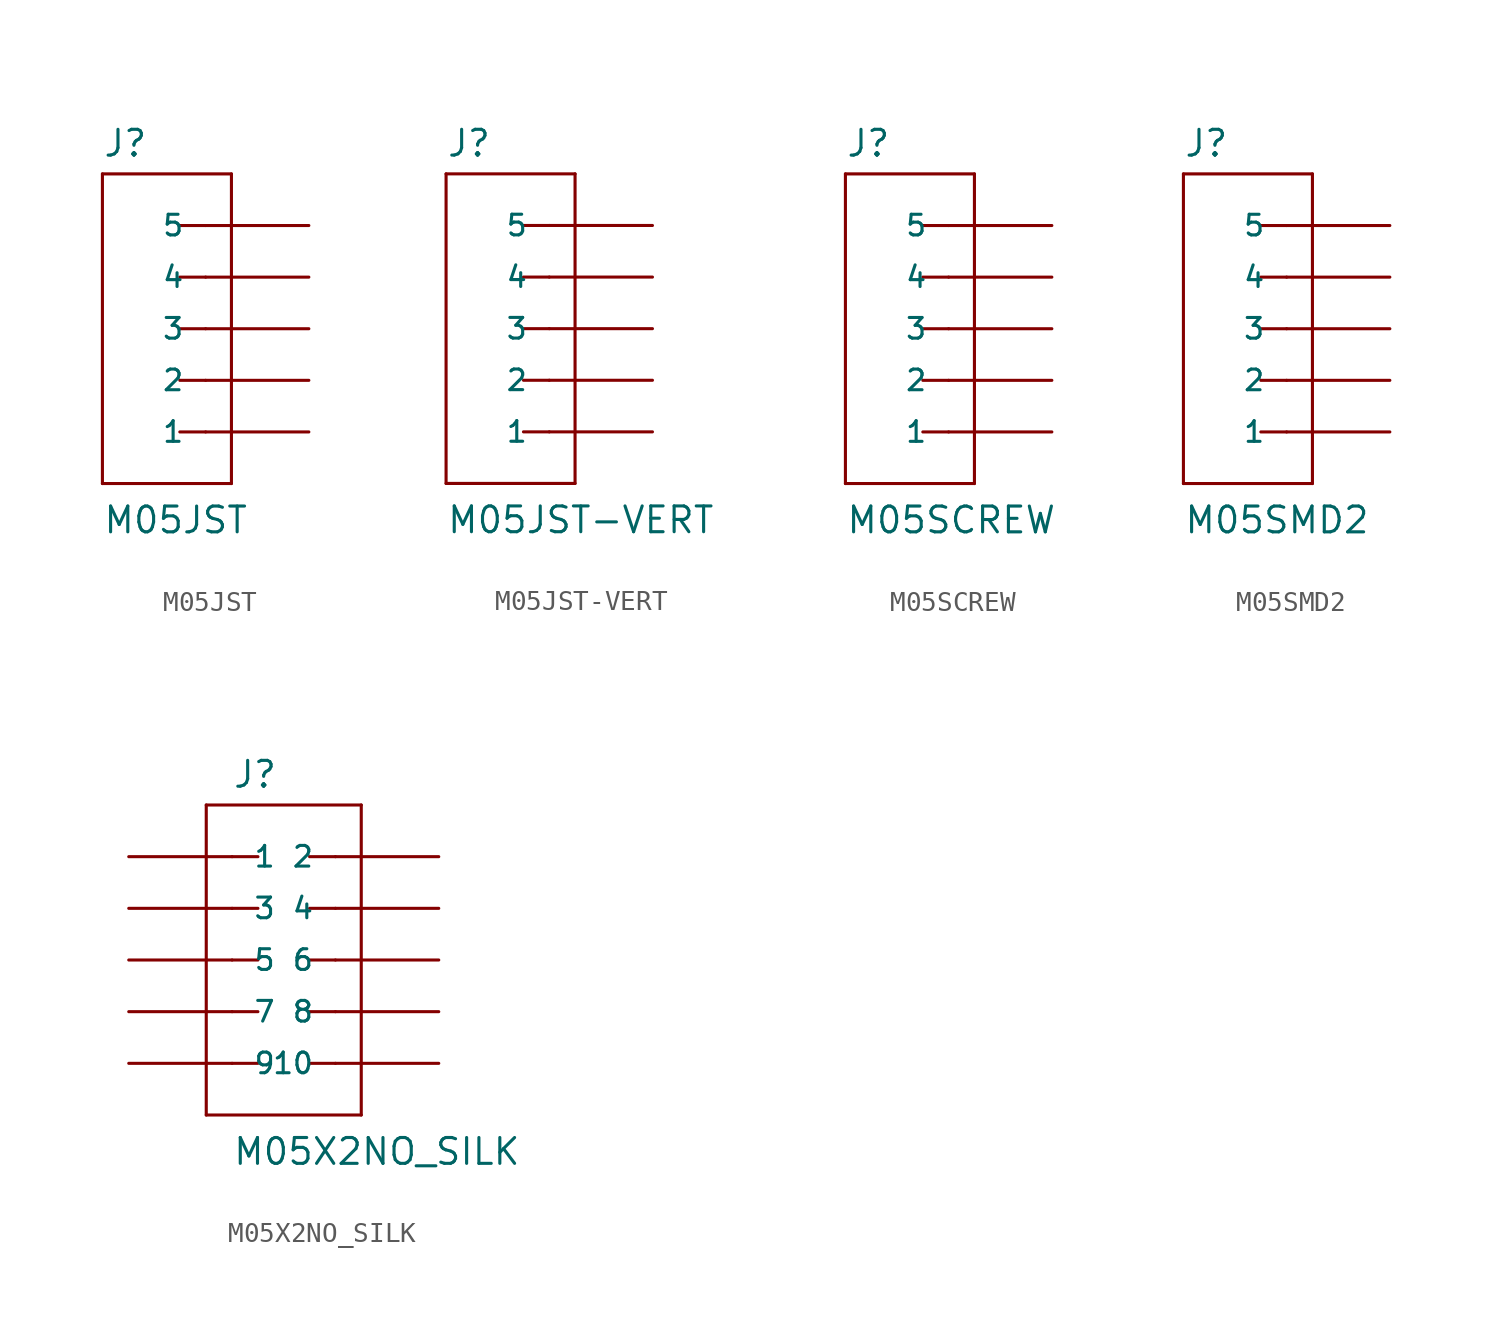
<source format=kicad_sym>
(kicad_symbol_lib
  (version 20211014)
  (generator kicad_symbol_editor)
  (symbol "M05JST"
    (pin_numbers hide)
    (pin_names
      (offset 1.016))
    (property "Reference" "J"
      (at -2.54 8.382 0)
      (effects (font (size 1.27 1.27)) (justify left bottom)))
    (property "Value" "M05JST"
      (at -2.54 -10.16 0)
      (effects (font (size 1.27 1.27)) (justify left bottom)))
    (property "Datasheet" ""
      (at 0 0 0)
      (effects (font (size 1.524 1.524))))
    (property "ki_locked" ""
      (at 0 0 0)
      (effects (font (size 1.27 1.27))))
    (symbol "M05JST_1_0"
      (polyline (pts (xy -2.54 7.62) (xy -2.54 -7.62)) (stroke (width 0) (type default) (color 0 0 0 0)) (fill (type none)))
      (polyline (pts (xy -2.54 7.62) (xy 3.81 7.62)) (stroke (width 0) (type default) (color 0 0 0 0)) (fill (type none)))
      (polyline (pts (xy 1.27 -5.08) (xy 2.54 -5.08)) (stroke (width 0) (type default) (color 0 0 0 0)) (fill (type none)))
      (polyline (pts (xy 1.27 -2.54) (xy 2.54 -2.54)) (stroke (width 0) (type default) (color 0 0 0 0)) (fill (type none)))
      (polyline (pts (xy 1.27 0) (xy 2.54 0)) (stroke (width 0) (type default) (color 0 0 0 0)) (fill (type none)))
      (polyline (pts (xy 1.27 2.54) (xy 2.54 2.54)) (stroke (width 0) (type default) (color 0 0 0 0)) (fill (type none)))
      (polyline (pts (xy 1.27 5.08) (xy 2.54 5.08)) (stroke (width 0) (type default) (color 0 0 0 0)) (fill (type none)))
      (polyline (pts (xy 3.81 -7.62) (xy -2.54 -7.62)) (stroke (width 0) (type default) (color 0 0 0 0)) (fill (type none)))
      (polyline (pts (xy 3.81 -7.62) (xy 3.81 7.62)) (stroke (width 0) (type default) (color 0 0 0 0)) (fill (type none))))
    (symbol "M05JST_1_1"
      (pin passive line (at 7.62 -5.08 180) (length 5.08) (name "1" (effects (font (size 1.016 1.016)))) (number "1" (effects (font (size 1.016 1.016)))))
      (pin passive line (at 7.62 -2.54 180) (length 5.08) (name "2" (effects (font (size 1.016 1.016)))) (number "2" (effects (font (size 1.016 1.016)))))
      (pin passive line (at 7.62 0 180) (length 5.08) (name "3" (effects (font (size 1.016 1.016)))) (number "3" (effects (font (size 1.016 1.016)))))
      (pin passive line (at 7.62 2.54 180) (length 5.08) (name "4" (effects (font (size 1.016 1.016)))) (number "4" (effects (font (size 1.016 1.016)))))
      (pin passive line (at 7.62 5.08 180) (length 5.08) (name "5" (effects (font (size 1.016 1.016)))) (number "5" (effects (font (size 1.016 1.016)))))))
  (symbol "M05JST-VERT"
    (pin_numbers hide)
    (pin_names
      (offset 1.016))
    (property "Reference" "J"
      (at -2.54 8.382 0)
      (effects (font (size 1.27 1.27)) (justify left bottom)))
    (property "Value" "M05JST-VERT"
      (at -2.54 -10.16 0)
      (effects (font (size 1.27 1.27)) (justify left bottom)))
    (property "Datasheet" ""
      (at 0 0 0)
      (effects (font (size 1.524 1.524))))
    (property "ki_locked" ""
      (at 0 0 0)
      (effects (font (size 1.27 1.27))))
    (symbol "M05JST-VERT_1_0"
      (polyline (pts (xy -2.54 7.62) (xy -2.54 -7.62)) (stroke (width 0) (type default) (color 0 0 0 0)) (fill (type none)))
      (polyline (pts (xy -2.54 7.62) (xy 3.81 7.62)) (stroke (width 0) (type default) (color 0 0 0 0)) (fill (type none)))
      (polyline (pts (xy 1.27 -5.08) (xy 2.54 -5.08)) (stroke (width 0) (type default) (color 0 0 0 0)) (fill (type none)))
      (polyline (pts (xy 1.27 -2.54) (xy 2.54 -2.54)) (stroke (width 0) (type default) (color 0 0 0 0)) (fill (type none)))
      (polyline (pts (xy 1.27 0) (xy 2.54 0)) (stroke (width 0) (type default) (color 0 0 0 0)) (fill (type none)))
      (polyline (pts (xy 1.27 2.54) (xy 2.54 2.54)) (stroke (width 0) (type default) (color 0 0 0 0)) (fill (type none)))
      (polyline (pts (xy 1.27 5.08) (xy 2.54 5.08)) (stroke (width 0) (type default) (color 0 0 0 0)) (fill (type none)))
      (polyline (pts (xy 3.81 -7.62) (xy -2.54 -7.62)) (stroke (width 0) (type default) (color 0 0 0 0)) (fill (type none)))
      (polyline (pts (xy 3.81 -7.62) (xy 3.81 7.62)) (stroke (width 0) (type default) (color 0 0 0 0)) (fill (type none))))
    (symbol "M05JST-VERT_1_1"
      (pin passive line (at 7.62 -5.08 180) (length 5.08) (name "1" (effects (font (size 1.016 1.016)))) (number "1" (effects (font (size 1.016 1.016)))))
      (pin passive line (at 7.62 -2.54 180) (length 5.08) (name "2" (effects (font (size 1.016 1.016)))) (number "2" (effects (font (size 1.016 1.016)))))
      (pin passive line (at 7.62 0 180) (length 5.08) (name "3" (effects (font (size 1.016 1.016)))) (number "3" (effects (font (size 1.016 1.016)))))
      (pin passive line (at 7.62 2.54 180) (length 5.08) (name "4" (effects (font (size 1.016 1.016)))) (number "4" (effects (font (size 1.016 1.016)))))
      (pin passive line (at 7.62 5.08 180) (length 5.08) (name "5" (effects (font (size 1.016 1.016)))) (number "5" (effects (font (size 1.016 1.016)))))))
  (symbol "M05SCREW"
    (pin_numbers hide)
    (pin_names
      (offset 1.016))
    (property "Reference" "J"
      (at -2.54 8.382 0)
      (effects (font (size 1.27 1.27)) (justify left bottom)))
    (property "Value" "M05SCREW"
      (at -2.54 -10.16 0)
      (effects (font (size 1.27 1.27)) (justify left bottom)))
    (property "Datasheet" ""
      (at 0 0 0)
      (effects (font (size 1.524 1.524))))
    (property "ki_locked" ""
      (at 0 0 0)
      (effects (font (size 1.27 1.27))))
    (symbol "M05SCREW_1_0"
      (polyline (pts (xy -2.54 7.62) (xy -2.54 -7.62)) (stroke (width 0) (type default) (color 0 0 0 0)) (fill (type none)))
      (polyline (pts (xy -2.54 7.62) (xy 3.81 7.62)) (stroke (width 0) (type default) (color 0 0 0 0)) (fill (type none)))
      (polyline (pts (xy 1.27 -5.08) (xy 2.54 -5.08)) (stroke (width 0) (type default) (color 0 0 0 0)) (fill (type none)))
      (polyline (pts (xy 1.27 -2.54) (xy 2.54 -2.54)) (stroke (width 0) (type default) (color 0 0 0 0)) (fill (type none)))
      (polyline (pts (xy 1.27 0) (xy 2.54 0)) (stroke (width 0) (type default) (color 0 0 0 0)) (fill (type none)))
      (polyline (pts (xy 1.27 2.54) (xy 2.54 2.54)) (stroke (width 0) (type default) (color 0 0 0 0)) (fill (type none)))
      (polyline (pts (xy 1.27 5.08) (xy 2.54 5.08)) (stroke (width 0) (type default) (color 0 0 0 0)) (fill (type none)))
      (polyline (pts (xy 3.81 -7.62) (xy -2.54 -7.62)) (stroke (width 0) (type default) (color 0 0 0 0)) (fill (type none)))
      (polyline (pts (xy 3.81 -7.62) (xy 3.81 7.62)) (stroke (width 0) (type default) (color 0 0 0 0)) (fill (type none))))
    (symbol "M05SCREW_1_1"
      (pin passive line (at 7.62 -5.08 180) (length 5.08) (name "1" (effects (font (size 1.016 1.016)))) (number "1" (effects (font (size 1.016 1.016)))))
      (pin passive line (at 7.62 -2.54 180) (length 5.08) (name "2" (effects (font (size 1.016 1.016)))) (number "2" (effects (font (size 1.016 1.016)))))
      (pin passive line (at 7.62 0 180) (length 5.08) (name "3" (effects (font (size 1.016 1.016)))) (number "3" (effects (font (size 1.016 1.016)))))
      (pin passive line (at 7.62 2.54 180) (length 5.08) (name "4" (effects (font (size 1.016 1.016)))) (number "4" (effects (font (size 1.016 1.016)))))
      (pin passive line (at 7.62 5.08 180) (length 5.08) (name "5" (effects (font (size 1.016 1.016)))) (number "5" (effects (font (size 1.016 1.016)))))))
  (symbol "M05SMD2"
    (pin_numbers hide)
    (pin_names
      (offset 1.016))
    (property "Reference" "J"
      (at -2.54 8.382 0)
      (effects (font (size 1.27 1.27)) (justify left bottom)))
    (property "Value" "M05SMD2"
      (at -2.54 -10.16 0)
      (effects (font (size 1.27 1.27)) (justify left bottom)))
    (property "Datasheet" ""
      (at 0 0 0)
      (effects (font (size 1.524 1.524))))
    (property "ki_locked" ""
      (at 0 0 0)
      (effects (font (size 1.27 1.27))))
    (symbol "M05SMD2_1_0"
      (polyline (pts (xy -2.54 7.62) (xy -2.54 -7.62)) (stroke (width 0) (type default) (color 0 0 0 0)) (fill (type none)))
      (polyline (pts (xy -2.54 7.62) (xy 3.81 7.62)) (stroke (width 0) (type default) (color 0 0 0 0)) (fill (type none)))
      (polyline (pts (xy 1.27 -5.08) (xy 2.54 -5.08)) (stroke (width 0) (type default) (color 0 0 0 0)) (fill (type none)))
      (polyline (pts (xy 1.27 -2.54) (xy 2.54 -2.54)) (stroke (width 0) (type default) (color 0 0 0 0)) (fill (type none)))
      (polyline (pts (xy 1.27 0) (xy 2.54 0)) (stroke (width 0) (type default) (color 0 0 0 0)) (fill (type none)))
      (polyline (pts (xy 1.27 2.54) (xy 2.54 2.54)) (stroke (width 0) (type default) (color 0 0 0 0)) (fill (type none)))
      (polyline (pts (xy 1.27 5.08) (xy 2.54 5.08)) (stroke (width 0) (type default) (color 0 0 0 0)) (fill (type none)))
      (polyline (pts (xy 3.81 -7.62) (xy -2.54 -7.62)) (stroke (width 0) (type default) (color 0 0 0 0)) (fill (type none)))
      (polyline (pts (xy 3.81 -7.62) (xy 3.81 7.62)) (stroke (width 0) (type default) (color 0 0 0 0)) (fill (type none))))
    (symbol "M05SMD2_1_1"
      (pin passive line (at 7.62 -5.08 180) (length 5.08) (name "1" (effects (font (size 1.016 1.016)))) (number "1" (effects (font (size 1.016 1.016)))))
      (pin passive line (at 7.62 -2.54 180) (length 5.08) (name "2" (effects (font (size 1.016 1.016)))) (number "2" (effects (font (size 1.016 1.016)))))
      (pin passive line (at 7.62 0 180) (length 5.08) (name "3" (effects (font (size 1.016 1.016)))) (number "3" (effects (font (size 1.016 1.016)))))
      (pin passive line (at 7.62 2.54 180) (length 5.08) (name "4" (effects (font (size 1.016 1.016)))) (number "4" (effects (font (size 1.016 1.016)))))
      (pin passive line (at 7.62 5.08 180) (length 5.08) (name "5" (effects (font (size 1.016 1.016)))) (number "5" (effects (font (size 1.016 1.016)))))))
  (symbol "M05X2NO_SILK"
    (pin_numbers hide)
    (pin_names
      (offset 1.016))
    (property "Reference" "J"
      (at -2.54 8.382 0)
      (effects (font (size 1.27 1.27)) (justify left bottom)))
    (property "Value" "M05X2NO_SILK"
      (at -2.54 -10.16 0)
      (effects (font (size 1.27 1.27)) (justify left bottom)))
    (property "Datasheet" ""
      (at 0 0 0)
      (effects (font (size 1.524 1.524))))
    (property "ki_locked" ""
      (at 0 0 0)
      (effects (font (size 1.27 1.27))))
    (symbol "M05X2NO_SILK_1_0"
      (polyline (pts (xy -3.81 7.62) (xy -3.81 -7.62)) (stroke (width 0) (type default) (color 0 0 0 0)) (fill (type none)))
      (polyline (pts (xy -3.81 7.62) (xy 3.81 7.62)) (stroke (width 0) (type default) (color 0 0 0 0)) (fill (type none)))
      (polyline (pts (xy -1.27 -5.08) (xy -2.54 -5.08)) (stroke (width 0) (type default) (color 0 0 0 0)) (fill (type none)))
      (polyline (pts (xy -1.27 -2.54) (xy -2.54 -2.54)) (stroke (width 0) (type default) (color 0 0 0 0)) (fill (type none)))
      (polyline (pts (xy -1.27 0) (xy -2.54 0)) (stroke (width 0) (type default) (color 0 0 0 0)) (fill (type none)))
      (polyline (pts (xy -1.27 2.54) (xy -2.54 2.54)) (stroke (width 0) (type default) (color 0 0 0 0)) (fill (type none)))
      (polyline (pts (xy -1.27 5.08) (xy -2.54 5.08)) (stroke (width 0) (type default) (color 0 0 0 0)) (fill (type none)))
      (polyline (pts (xy 1.27 -5.08) (xy 2.54 -5.08)) (stroke (width 0) (type default) (color 0 0 0 0)) (fill (type none)))
      (polyline (pts (xy 1.27 -2.54) (xy 2.54 -2.54)) (stroke (width 0) (type default) (color 0 0 0 0)) (fill (type none)))
      (polyline (pts (xy 1.27 0) (xy 2.54 0)) (stroke (width 0) (type default) (color 0 0 0 0)) (fill (type none)))
      (polyline (pts (xy 1.27 2.54) (xy 2.54 2.54)) (stroke (width 0) (type default) (color 0 0 0 0)) (fill (type none)))
      (polyline (pts (xy 1.27 5.08) (xy 2.54 5.08)) (stroke (width 0) (type default) (color 0 0 0 0)) (fill (type none)))
      (polyline (pts (xy 3.81 -7.62) (xy -3.81 -7.62)) (stroke (width 0) (type default) (color 0 0 0 0)) (fill (type none)))
      (polyline (pts (xy 3.81 -7.62) (xy 3.81 7.62)) (stroke (width 0) (type default) (color 0 0 0 0)) (fill (type none))))
    (symbol "M05X2NO_SILK_1_1"
      (pin passive line (at -7.62 5.08 0) (length 5.08) (name "1" (effects (font (size 1.016 1.016)))) (number "1" (effects (font (size 1.016 1.016)))))
      (pin passive line (at 7.62 -5.08 180) (length 5.08) (name "10" (effects (font (size 1.016 1.016)))) (number "10" (effects (font (size 1.016 1.016)))))
      (pin passive line (at 7.62 5.08 180) (length 5.08) (name "2" (effects (font (size 1.016 1.016)))) (number "2" (effects (font (size 1.016 1.016)))))
      (pin passive line (at -7.62 2.54 0) (length 5.08) (name "3" (effects (font (size 1.016 1.016)))) (number "3" (effects (font (size 1.016 1.016)))))
      (pin passive line (at 7.62 2.54 180) (length 5.08) (name "4" (effects (font (size 1.016 1.016)))) (number "4" (effects (font (size 1.016 1.016)))))
      (pin passive line (at -7.62 0 0) (length 5.08) (name "5" (effects (font (size 1.016 1.016)))) (number "5" (effects (font (size 1.016 1.016)))))
      (pin passive line (at 7.62 0 180) (length 5.08) (name "6" (effects (font (size 1.016 1.016)))) (number "6" (effects (font (size 1.016 1.016)))))
      (pin passive line (at -7.62 -2.54 0) (length 5.08) (name "7" (effects (font (size 1.016 1.016)))) (number "7" (effects (font (size 1.016 1.016)))))
      (pin passive line (at 7.62 -2.54 180) (length 5.08) (name "8" (effects (font (size 1.016 1.016)))) (number "8" (effects (font (size 1.016 1.016)))))
      (pin passive line (at -7.62 -5.08 0) (length 5.08) (name "9" (effects (font (size 1.016 1.016)))) (number "9" (effects (font (size 1.016 1.016))))))))
</source>
